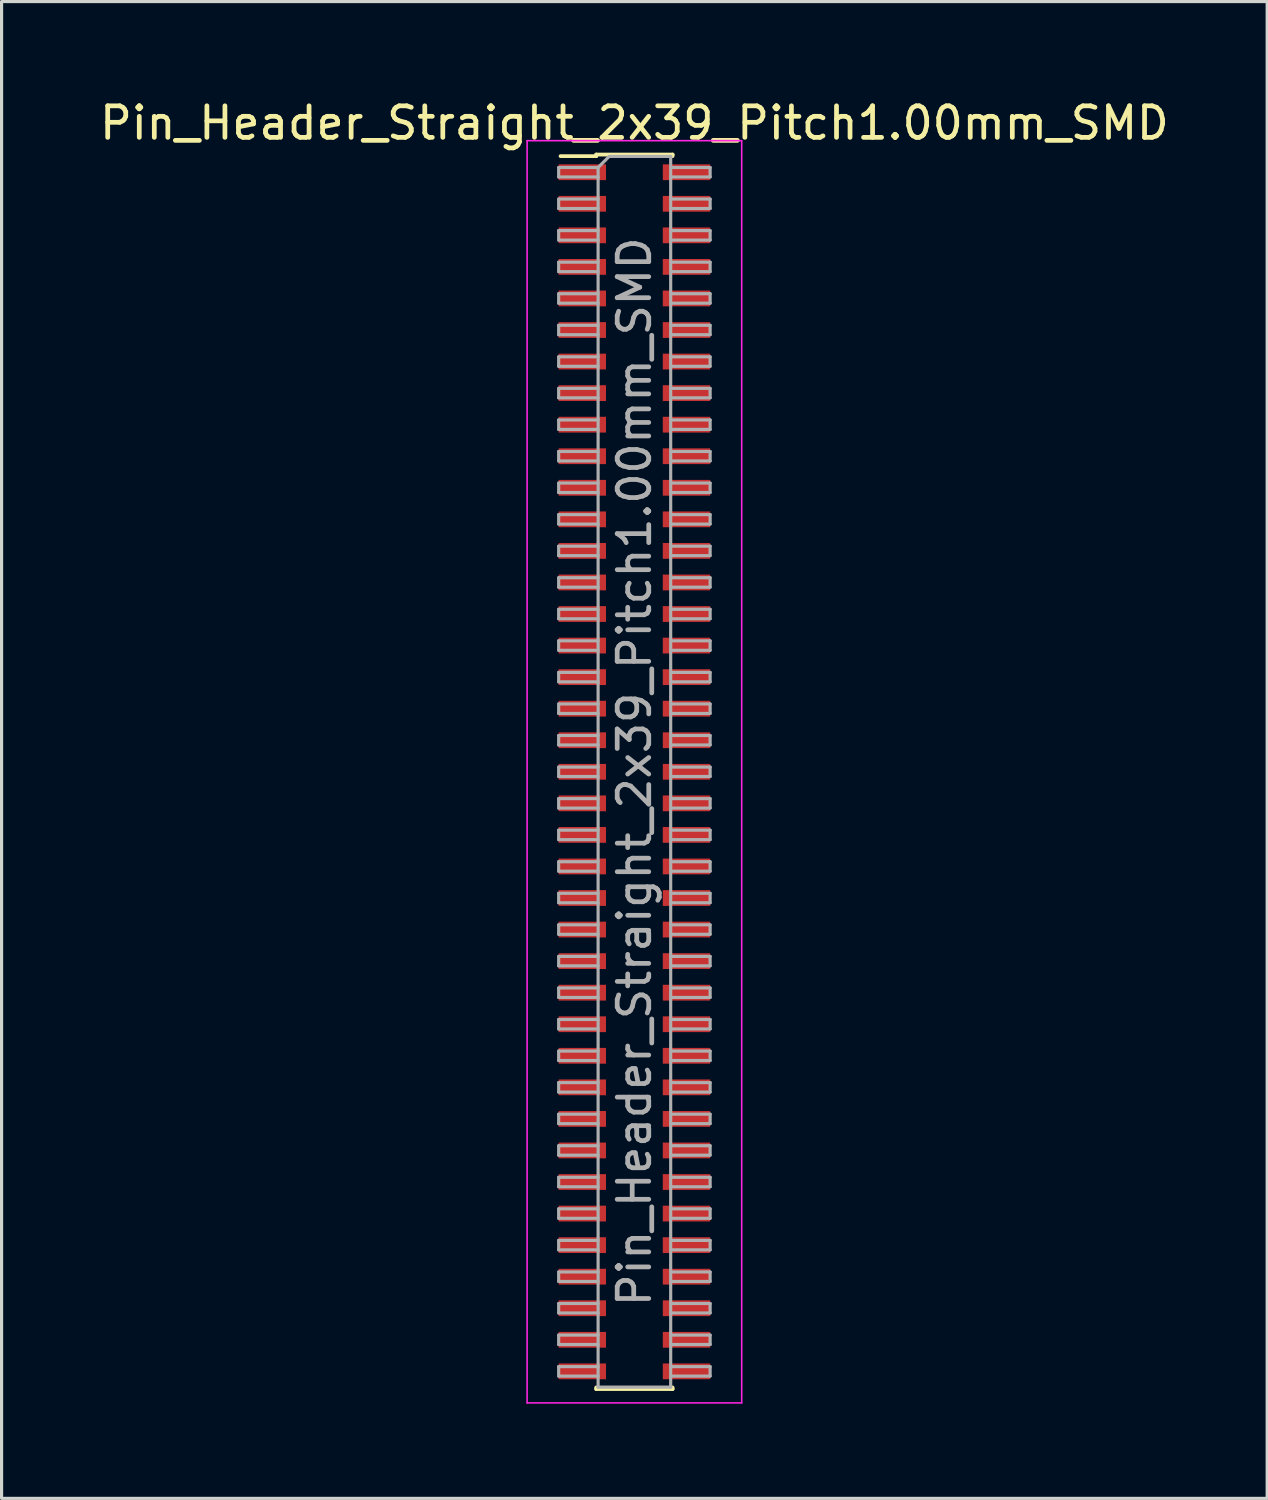
<source format=kicad_pcb>
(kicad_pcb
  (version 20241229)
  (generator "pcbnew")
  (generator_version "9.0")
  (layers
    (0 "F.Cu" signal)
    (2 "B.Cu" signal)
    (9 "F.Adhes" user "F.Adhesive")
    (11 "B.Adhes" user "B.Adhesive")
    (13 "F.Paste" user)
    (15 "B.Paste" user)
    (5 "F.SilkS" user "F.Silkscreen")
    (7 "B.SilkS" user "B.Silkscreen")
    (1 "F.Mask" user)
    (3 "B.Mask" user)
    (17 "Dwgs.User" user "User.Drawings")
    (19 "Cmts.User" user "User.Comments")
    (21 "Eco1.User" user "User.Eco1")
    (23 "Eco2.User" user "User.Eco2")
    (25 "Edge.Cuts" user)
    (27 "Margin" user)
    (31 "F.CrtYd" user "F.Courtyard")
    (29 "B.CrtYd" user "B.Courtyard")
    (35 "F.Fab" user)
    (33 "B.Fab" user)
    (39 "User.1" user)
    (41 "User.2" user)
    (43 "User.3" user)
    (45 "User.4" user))
  (footprint "Pin_Header_Straight_2x39_Pitch1.00mm_SMD"
    (layer "F.Cu")
    (at 17.054 21.408)
    (property "Reference" "Pin_Header_Straight_2x39_Pitch1.00mm_SMD" (at 0 -20.56 0) (layer "F.SilkS") (effects (font (size 1 1) (thickness 0.15))))
    (attr smd)
    (fp_line (start -2.34 -19.51) (end -1.21 -19.51) (stroke (width 0.12) (type solid)) (layer "F.SilkS"))
    (fp_line (start -1.21 -19.56) (end -1.21 -19.51) (stroke (width 0.12) (type solid)) (layer "F.SilkS"))
    (fp_line (start -1.21 -19.56) (end 1.21 -19.56) (stroke (width 0.12) (type solid)) (layer "F.SilkS"))
    (fp_line (start -1.21 19.51) (end -1.21 19.56) (stroke (width 0.12) (type solid)) (layer "F.SilkS"))
    (fp_line (start -1.21 19.56) (end 1.21 19.56) (stroke (width 0.12) (type solid)) (layer "F.SilkS"))
    (fp_line (start 1.21 -19.56) (end 1.21 -19.51) (stroke (width 0.12) (type solid)) (layer "F.SilkS"))
    (fp_line (start 1.21 19.51) (end 1.21 19.56) (stroke (width 0.12) (type solid)) (layer "F.SilkS"))
    (fp_line (start -3.4 -20) (end -3.4 20) (stroke (width 0.05) (type solid)) (layer "F.CrtYd"))
    (fp_line (start -3.4 20) (end 3.4 20) (stroke (width 0.05) (type solid)) (layer "F.CrtYd"))
    (fp_line (start 3.4 -20) (end -3.4 -20) (stroke (width 0.05) (type solid)) (layer "F.CrtYd"))
    (fp_line (start 3.4 20) (end 3.4 -20) (stroke (width 0.05) (type solid)) (layer "F.CrtYd"))
    (fp_line (start -2.4 -19.15) (end -2.4 -18.85) (stroke (width 0.1) (type solid)) (layer "F.Fab"))
    (fp_line (start -2.4 -18.85) (end -1.15 -18.85) (stroke (width 0.1) (type solid)) (layer "F.Fab"))
    (fp_line (start -2.4 -18.15) (end -2.4 -17.85) (stroke (width 0.1) (type solid)) (layer "F.Fab"))
    (fp_line (start -2.4 -17.85) (end -1.15 -17.85) (stroke (width 0.1) (type solid)) (layer "F.Fab"))
    (fp_line (start -2.4 -17.15) (end -2.4 -16.85) (stroke (width 0.1) (type solid)) (layer "F.Fab"))
    (fp_line (start -2.4 -16.85) (end -1.15 -16.85) (stroke (width 0.1) (type solid)) (layer "F.Fab"))
    (fp_line (start -2.4 -16.15) (end -2.4 -15.85) (stroke (width 0.1) (type solid)) (layer "F.Fab"))
    (fp_line (start -2.4 -15.85) (end -1.15 -15.85) (stroke (width 0.1) (type solid)) (layer "F.Fab"))
    (fp_line (start -2.4 -15.15) (end -2.4 -14.85) (stroke (width 0.1) (type solid)) (layer "F.Fab"))
    (fp_line (start -2.4 -14.85) (end -1.15 -14.85) (stroke (width 0.1) (type solid)) (layer "F.Fab"))
    (fp_line (start -2.4 -14.15) (end -2.4 -13.85) (stroke (width 0.1) (type solid)) (layer "F.Fab"))
    (fp_line (start -2.4 -13.85) (end -1.15 -13.85) (stroke (width 0.1) (type solid)) (layer "F.Fab"))
    (fp_line (start -2.4 -13.15) (end -2.4 -12.85) (stroke (width 0.1) (type solid)) (layer "F.Fab"))
    (fp_line (start -2.4 -12.85) (end -1.15 -12.85) (stroke (width 0.1) (type solid)) (layer "F.Fab"))
    (fp_line (start -2.4 -12.15) (end -2.4 -11.85) (stroke (width 0.1) (type solid)) (layer "F.Fab"))
    (fp_line (start -2.4 -11.85) (end -1.15 -11.85) (stroke (width 0.1) (type solid)) (layer "F.Fab"))
    (fp_line (start -2.4 -11.15) (end -2.4 -10.85) (stroke (width 0.1) (type solid)) (layer "F.Fab"))
    (fp_line (start -2.4 -10.85) (end -1.15 -10.85) (stroke (width 0.1) (type solid)) (layer "F.Fab"))
    (fp_line (start -2.4 -10.15) (end -2.4 -9.85) (stroke (width 0.1) (type solid)) (layer "F.Fab"))
    (fp_line (start -2.4 -9.85) (end -1.15 -9.85) (stroke (width 0.1) (type solid)) (layer "F.Fab"))
    (fp_line (start -2.4 -9.15) (end -2.4 -8.85) (stroke (width 0.1) (type solid)) (layer "F.Fab"))
    (fp_line (start -2.4 -8.85) (end -1.15 -8.85) (stroke (width 0.1) (type solid)) (layer "F.Fab"))
    (fp_line (start -2.4 -8.15) (end -2.4 -7.85) (stroke (width 0.1) (type solid)) (layer "F.Fab"))
    (fp_line (start -2.4 -7.85) (end -1.15 -7.85) (stroke (width 0.1) (type solid)) (layer "F.Fab"))
    (fp_line (start -2.4 -7.15) (end -2.4 -6.85) (stroke (width 0.1) (type solid)) (layer "F.Fab"))
    (fp_line (start -2.4 -6.85) (end -1.15 -6.85) (stroke (width 0.1) (type solid)) (layer "F.Fab"))
    (fp_line (start -2.4 -6.15) (end -2.4 -5.85) (stroke (width 0.1) (type solid)) (layer "F.Fab"))
    (fp_line (start -2.4 -5.85) (end -1.15 -5.85) (stroke (width 0.1) (type solid)) (layer "F.Fab"))
    (fp_line (start -2.4 -5.15) (end -2.4 -4.85) (stroke (width 0.1) (type solid)) (layer "F.Fab"))
    (fp_line (start -2.4 -4.85) (end -1.15 -4.85) (stroke (width 0.1) (type solid)) (layer "F.Fab"))
    (fp_line (start -2.4 -4.15) (end -2.4 -3.85) (stroke (width 0.1) (type solid)) (layer "F.Fab"))
    (fp_line (start -2.4 -3.85) (end -1.15 -3.85) (stroke (width 0.1) (type solid)) (layer "F.Fab"))
    (fp_line (start -2.4 -3.15) (end -2.4 -2.85) (stroke (width 0.1) (type solid)) (layer "F.Fab"))
    (fp_line (start -2.4 -2.85) (end -1.15 -2.85) (stroke (width 0.1) (type solid)) (layer "F.Fab"))
    (fp_line (start -2.4 -2.15) (end -2.4 -1.85) (stroke (width 0.1) (type solid)) (layer "F.Fab"))
    (fp_line (start -2.4 -1.85) (end -1.15 -1.85) (stroke (width 0.1) (type solid)) (layer "F.Fab"))
    (fp_line (start -2.4 -1.15) (end -2.4 -0.85) (stroke (width 0.1) (type solid)) (layer "F.Fab"))
    (fp_line (start -2.4 -0.85) (end -1.15 -0.85) (stroke (width 0.1) (type solid)) (layer "F.Fab"))
    (fp_line (start -2.4 -0.15) (end -2.4 0.15) (stroke (width 0.1) (type solid)) (layer "F.Fab"))
    (fp_line (start -2.4 0.15) (end -1.15 0.15) (stroke (width 0.1) (type solid)) (layer "F.Fab"))
    (fp_line (start -2.4 0.85) (end -2.4 1.15) (stroke (width 0.1) (type solid)) (layer "F.Fab"))
    (fp_line (start -2.4 1.15) (end -1.15 1.15) (stroke (width 0.1) (type solid)) (layer "F.Fab"))
    (fp_line (start -2.4 1.85) (end -2.4 2.15) (stroke (width 0.1) (type solid)) (layer "F.Fab"))
    (fp_line (start -2.4 2.15) (end -1.15 2.15) (stroke (width 0.1) (type solid)) (layer "F.Fab"))
    (fp_line (start -2.4 2.85) (end -2.4 3.15) (stroke (width 0.1) (type solid)) (layer "F.Fab"))
    (fp_line (start -2.4 3.15) (end -1.15 3.15) (stroke (width 0.1) (type solid)) (layer "F.Fab"))
    (fp_line (start -2.4 3.85) (end -2.4 4.15) (stroke (width 0.1) (type solid)) (layer "F.Fab"))
    (fp_line (start -2.4 4.15) (end -1.15 4.15) (stroke (width 0.1) (type solid)) (layer "F.Fab"))
    (fp_line (start -2.4 4.85) (end -2.4 5.15) (stroke (width 0.1) (type solid)) (layer "F.Fab"))
    (fp_line (start -2.4 5.15) (end -1.15 5.15) (stroke (width 0.1) (type solid)) (layer "F.Fab"))
    (fp_line (start -2.4 5.85) (end -2.4 6.15) (stroke (width 0.1) (type solid)) (layer "F.Fab"))
    (fp_line (start -2.4 6.15) (end -1.15 6.15) (stroke (width 0.1) (type solid)) (layer "F.Fab"))
    (fp_line (start -2.4 6.85) (end -2.4 7.15) (stroke (width 0.1) (type solid)) (layer "F.Fab"))
    (fp_line (start -2.4 7.15) (end -1.15 7.15) (stroke (width 0.1) (type solid)) (layer "F.Fab"))
    (fp_line (start -2.4 7.85) (end -2.4 8.15) (stroke (width 0.1) (type solid)) (layer "F.Fab"))
    (fp_line (start -2.4 8.15) (end -1.15 8.15) (stroke (width 0.1) (type solid)) (layer "F.Fab"))
    (fp_line (start -2.4 8.85) (end -2.4 9.15) (stroke (width 0.1) (type solid)) (layer "F.Fab"))
    (fp_line (start -2.4 9.15) (end -1.15 9.15) (stroke (width 0.1) (type solid)) (layer "F.Fab"))
    (fp_line (start -2.4 9.85) (end -2.4 10.15) (stroke (width 0.1) (type solid)) (layer "F.Fab"))
    (fp_line (start -2.4 10.15) (end -1.15 10.15) (stroke (width 0.1) (type solid)) (layer "F.Fab"))
    (fp_line (start -2.4 10.85) (end -2.4 11.15) (stroke (width 0.1) (type solid)) (layer "F.Fab"))
    (fp_line (start -2.4 11.15) (end -1.15 11.15) (stroke (width 0.1) (type solid)) (layer "F.Fab"))
    (fp_line (start -2.4 11.85) (end -2.4 12.15) (stroke (width 0.1) (type solid)) (layer "F.Fab"))
    (fp_line (start -2.4 12.15) (end -1.15 12.15) (stroke (width 0.1) (type solid)) (layer "F.Fab"))
    (fp_line (start -2.4 12.85) (end -2.4 13.15) (stroke (width 0.1) (type solid)) (layer "F.Fab"))
    (fp_line (start -2.4 13.15) (end -1.15 13.15) (stroke (width 0.1) (type solid)) (layer "F.Fab"))
    (fp_line (start -2.4 13.85) (end -2.4 14.15) (stroke (width 0.1) (type solid)) (layer "F.Fab"))
    (fp_line (start -2.4 14.15) (end -1.15 14.15) (stroke (width 0.1) (type solid)) (layer "F.Fab"))
    (fp_line (start -2.4 14.85) (end -2.4 15.15) (stroke (width 0.1) (type solid)) (layer "F.Fab"))
    (fp_line (start -2.4 15.15) (end -1.15 15.15) (stroke (width 0.1) (type solid)) (layer "F.Fab"))
    (fp_line (start -2.4 15.85) (end -2.4 16.15) (stroke (width 0.1) (type solid)) (layer "F.Fab"))
    (fp_line (start -2.4 16.15) (end -1.15 16.15) (stroke (width 0.1) (type solid)) (layer "F.Fab"))
    (fp_line (start -2.4 16.85) (end -2.4 17.15) (stroke (width 0.1) (type solid)) (layer "F.Fab"))
    (fp_line (start -2.4 17.15) (end -1.15 17.15) (stroke (width 0.1) (type solid)) (layer "F.Fab"))
    (fp_line (start -2.4 17.85) (end -2.4 18.15) (stroke (width 0.1) (type solid)) (layer "F.Fab"))
    (fp_line (start -2.4 18.15) (end -1.15 18.15) (stroke (width 0.1) (type solid)) (layer "F.Fab"))
    (fp_line (start -2.4 18.85) (end -2.4 19.15) (stroke (width 0.1) (type solid)) (layer "F.Fab"))
    (fp_line (start -2.4 19.15) (end -1.15 19.15) (stroke (width 0.1) (type solid)) (layer "F.Fab"))
    (fp_line (start -1.15 -19.15) (end -2.4 -19.15) (stroke (width 0.1) (type solid)) (layer "F.Fab"))
    (fp_line (start -1.15 -19.15) (end -0.8 -19.5) (stroke (width 0.1) (type solid)) (layer "F.Fab"))
    (fp_line (start -1.15 -18.15) (end -2.4 -18.15) (stroke (width 0.1) (type solid)) (layer "F.Fab"))
    (fp_line (start -1.15 -17.15) (end -2.4 -17.15) (stroke (width 0.1) (type solid)) (layer "F.Fab"))
    (fp_line (start -1.15 -16.15) (end -2.4 -16.15) (stroke (width 0.1) (type solid)) (layer "F.Fab"))
    (fp_line (start -1.15 -15.15) (end -2.4 -15.15) (stroke (width 0.1) (type solid)) (layer "F.Fab"))
    (fp_line (start -1.15 -14.15) (end -2.4 -14.15) (stroke (width 0.1) (type solid)) (layer "F.Fab"))
    (fp_line (start -1.15 -13.15) (end -2.4 -13.15) (stroke (width 0.1) (type solid)) (layer "F.Fab"))
    (fp_line (start -1.15 -12.15) (end -2.4 -12.15) (stroke (width 0.1) (type solid)) (layer "F.Fab"))
    (fp_line (start -1.15 -11.15) (end -2.4 -11.15) (stroke (width 0.1) (type solid)) (layer "F.Fab"))
    (fp_line (start -1.15 -10.15) (end -2.4 -10.15) (stroke (width 0.1) (type solid)) (layer "F.Fab"))
    (fp_line (start -1.15 -9.15) (end -2.4 -9.15) (stroke (width 0.1) (type solid)) (layer "F.Fab"))
    (fp_line (start -1.15 -8.15) (end -2.4 -8.15) (stroke (width 0.1) (type solid)) (layer "F.Fab"))
    (fp_line (start -1.15 -7.15) (end -2.4 -7.15) (stroke (width 0.1) (type solid)) (layer "F.Fab"))
    (fp_line (start -1.15 -6.15) (end -2.4 -6.15) (stroke (width 0.1) (type solid)) (layer "F.Fab"))
    (fp_line (start -1.15 -5.15) (end -2.4 -5.15) (stroke (width 0.1) (type solid)) (layer "F.Fab"))
    (fp_line (start -1.15 -4.15) (end -2.4 -4.15) (stroke (width 0.1) (type solid)) (layer "F.Fab"))
    (fp_line (start -1.15 -3.15) (end -2.4 -3.15) (stroke (width 0.1) (type solid)) (layer "F.Fab"))
    (fp_line (start -1.15 -2.15) (end -2.4 -2.15) (stroke (width 0.1) (type solid)) (layer "F.Fab"))
    (fp_line (start -1.15 -1.15) (end -2.4 -1.15) (stroke (width 0.1) (type solid)) (layer "F.Fab"))
    (fp_line (start -1.15 -0.15) (end -2.4 -0.15) (stroke (width 0.1) (type solid)) (layer "F.Fab"))
    (fp_line (start -1.15 0.85) (end -2.4 0.85) (stroke (width 0.1) (type solid)) (layer "F.Fab"))
    (fp_line (start -1.15 1.85) (end -2.4 1.85) (stroke (width 0.1) (type solid)) (layer "F.Fab"))
    (fp_line (start -1.15 2.85) (end -2.4 2.85) (stroke (width 0.1) (type solid)) (layer "F.Fab"))
    (fp_line (start -1.15 3.85) (end -2.4 3.85) (stroke (width 0.1) (type solid)) (layer "F.Fab"))
    (fp_line (start -1.15 4.85) (end -2.4 4.85) (stroke (width 0.1) (type solid)) (layer "F.Fab"))
    (fp_line (start -1.15 5.85) (end -2.4 5.85) (stroke (width 0.1) (type solid)) (layer "F.Fab"))
    (fp_line (start -1.15 6.85) (end -2.4 6.85) (stroke (width 0.1) (type solid)) (layer "F.Fab"))
    (fp_line (start -1.15 7.85) (end -2.4 7.85) (stroke (width 0.1) (type solid)) (layer "F.Fab"))
    (fp_line (start -1.15 8.85) (end -2.4 8.85) (stroke (width 0.1) (type solid)) (layer "F.Fab"))
    (fp_line (start -1.15 9.85) (end -2.4 9.85) (stroke (width 0.1) (type solid)) (layer "F.Fab"))
    (fp_line (start -1.15 10.85) (end -2.4 10.85) (stroke (width 0.1) (type solid)) (layer "F.Fab"))
    (fp_line (start -1.15 11.85) (end -2.4 11.85) (stroke (width 0.1) (type solid)) (layer "F.Fab"))
    (fp_line (start -1.15 12.85) (end -2.4 12.85) (stroke (width 0.1) (type solid)) (layer "F.Fab"))
    (fp_line (start -1.15 13.85) (end -2.4 13.85) (stroke (width 0.1) (type solid)) (layer "F.Fab"))
    (fp_line (start -1.15 14.85) (end -2.4 14.85) (stroke (width 0.1) (type solid)) (layer "F.Fab"))
    (fp_line (start -1.15 15.85) (end -2.4 15.85) (stroke (width 0.1) (type solid)) (layer "F.Fab"))
    (fp_line (start -1.15 16.85) (end -2.4 16.85) (stroke (width 0.1) (type solid)) (layer "F.Fab"))
    (fp_line (start -1.15 17.85) (end -2.4 17.85) (stroke (width 0.1) (type solid)) (layer "F.Fab"))
    (fp_line (start -1.15 18.85) (end -2.4 18.85) (stroke (width 0.1) (type solid)) (layer "F.Fab"))
    (fp_line (start -1.15 19.5) (end -1.15 -19.15) (stroke (width 0.1) (type solid)) (layer "F.Fab"))
    (fp_line (start -0.8 -19.5) (end 1.15 -19.5) (stroke (width 0.1) (type solid)) (layer "F.Fab"))
    (fp_line (start 1.15 -19.5) (end 1.15 19.5) (stroke (width 0.1) (type solid)) (layer "F.Fab"))
    (fp_line (start 1.15 -19.15) (end 2.4 -19.15) (stroke (width 0.1) (type solid)) (layer "F.Fab"))
    (fp_line (start 1.15 -18.15) (end 2.4 -18.15) (stroke (width 0.1) (type solid)) (layer "F.Fab"))
    (fp_line (start 1.15 -17.15) (end 2.4 -17.15) (stroke (width 0.1) (type solid)) (layer "F.Fab"))
    (fp_line (start 1.15 -16.15) (end 2.4 -16.15) (stroke (width 0.1) (type solid)) (layer "F.Fab"))
    (fp_line (start 1.15 -15.15) (end 2.4 -15.15) (stroke (width 0.1) (type solid)) (layer "F.Fab"))
    (fp_line (start 1.15 -14.15) (end 2.4 -14.15) (stroke (width 0.1) (type solid)) (layer "F.Fab"))
    (fp_line (start 1.15 -13.15) (end 2.4 -13.15) (stroke (width 0.1) (type solid)) (layer "F.Fab"))
    (fp_line (start 1.15 -12.15) (end 2.4 -12.15) (stroke (width 0.1) (type solid)) (layer "F.Fab"))
    (fp_line (start 1.15 -11.15) (end 2.4 -11.15) (stroke (width 0.1) (type solid)) (layer "F.Fab"))
    (fp_line (start 1.15 -10.15) (end 2.4 -10.15) (stroke (width 0.1) (type solid)) (layer "F.Fab"))
    (fp_line (start 1.15 -9.15) (end 2.4 -9.15) (stroke (width 0.1) (type solid)) (layer "F.Fab"))
    (fp_line (start 1.15 -8.15) (end 2.4 -8.15) (stroke (width 0.1) (type solid)) (layer "F.Fab"))
    (fp_line (start 1.15 -7.15) (end 2.4 -7.15) (stroke (width 0.1) (type solid)) (layer "F.Fab"))
    (fp_line (start 1.15 -6.15) (end 2.4 -6.15) (stroke (width 0.1) (type solid)) (layer "F.Fab"))
    (fp_line (start 1.15 -5.15) (end 2.4 -5.15) (stroke (width 0.1) (type solid)) (layer "F.Fab"))
    (fp_line (start 1.15 -4.15) (end 2.4 -4.15) (stroke (width 0.1) (type solid)) (layer "F.Fab"))
    (fp_line (start 1.15 -3.15) (end 2.4 -3.15) (stroke (width 0.1) (type solid)) (layer "F.Fab"))
    (fp_line (start 1.15 -2.15) (end 2.4 -2.15) (stroke (width 0.1) (type solid)) (layer "F.Fab"))
    (fp_line (start 1.15 -1.15) (end 2.4 -1.15) (stroke (width 0.1) (type solid)) (layer "F.Fab"))
    (fp_line (start 1.15 -0.15) (end 2.4 -0.15) (stroke (width 0.1) (type solid)) (layer "F.Fab"))
    (fp_line (start 1.15 0.85) (end 2.4 0.85) (stroke (width 0.1) (type solid)) (layer "F.Fab"))
    (fp_line (start 1.15 1.85) (end 2.4 1.85) (stroke (width 0.1) (type solid)) (layer "F.Fab"))
    (fp_line (start 1.15 2.85) (end 2.4 2.85) (stroke (width 0.1) (type solid)) (layer "F.Fab"))
    (fp_line (start 1.15 3.85) (end 2.4 3.85) (stroke (width 0.1) (type solid)) (layer "F.Fab"))
    (fp_line (start 1.15 4.85) (end 2.4 4.85) (stroke (width 0.1) (type solid)) (layer "F.Fab"))
    (fp_line (start 1.15 5.85) (end 2.4 5.85) (stroke (width 0.1) (type solid)) (layer "F.Fab"))
    (fp_line (start 1.15 6.85) (end 2.4 6.85) (stroke (width 0.1) (type solid)) (layer "F.Fab"))
    (fp_line (start 1.15 7.85) (end 2.4 7.85) (stroke (width 0.1) (type solid)) (layer "F.Fab"))
    (fp_line (start 1.15 8.85) (end 2.4 8.85) (stroke (width 0.1) (type solid)) (layer "F.Fab"))
    (fp_line (start 1.15 9.85) (end 2.4 9.85) (stroke (width 0.1) (type solid)) (layer "F.Fab"))
    (fp_line (start 1.15 10.85) (end 2.4 10.85) (stroke (width 0.1) (type solid)) (layer "F.Fab"))
    (fp_line (start 1.15 11.85) (end 2.4 11.85) (stroke (width 0.1) (type solid)) (layer "F.Fab"))
    (fp_line (start 1.15 12.85) (end 2.4 12.85) (stroke (width 0.1) (type solid)) (layer "F.Fab"))
    (fp_line (start 1.15 13.85) (end 2.4 13.85) (stroke (width 0.1) (type solid)) (layer "F.Fab"))
    (fp_line (start 1.15 14.85) (end 2.4 14.85) (stroke (width 0.1) (type solid)) (layer "F.Fab"))
    (fp_line (start 1.15 15.85) (end 2.4 15.85) (stroke (width 0.1) (type solid)) (layer "F.Fab"))
    (fp_line (start 1.15 16.85) (end 2.4 16.85) (stroke (width 0.1) (type solid)) (layer "F.Fab"))
    (fp_line (start 1.15 17.85) (end 2.4 17.85) (stroke (width 0.1) (type solid)) (layer "F.Fab"))
    (fp_line (start 1.15 18.85) (end 2.4 18.85) (stroke (width 0.1) (type solid)) (layer "F.Fab"))
    (fp_line (start 1.15 19.5) (end -1.15 19.5) (stroke (width 0.1) (type solid)) (layer "F.Fab"))
    (fp_line (start 2.4 -19.15) (end 2.4 -18.85) (stroke (width 0.1) (type solid)) (layer "F.Fab"))
    (fp_line (start 2.4 -18.85) (end 1.15 -18.85) (stroke (width 0.1) (type solid)) (layer "F.Fab"))
    (fp_line (start 2.4 -18.15) (end 2.4 -17.85) (stroke (width 0.1) (type solid)) (layer "F.Fab"))
    (fp_line (start 2.4 -17.85) (end 1.15 -17.85) (stroke (width 0.1) (type solid)) (layer "F.Fab"))
    (fp_line (start 2.4 -17.15) (end 2.4 -16.85) (stroke (width 0.1) (type solid)) (layer "F.Fab"))
    (fp_line (start 2.4 -16.85) (end 1.15 -16.85) (stroke (width 0.1) (type solid)) (layer "F.Fab"))
    (fp_line (start 2.4 -16.15) (end 2.4 -15.85) (stroke (width 0.1) (type solid)) (layer "F.Fab"))
    (fp_line (start 2.4 -15.85) (end 1.15 -15.85) (stroke (width 0.1) (type solid)) (layer "F.Fab"))
    (fp_line (start 2.4 -15.15) (end 2.4 -14.85) (stroke (width 0.1) (type solid)) (layer "F.Fab"))
    (fp_line (start 2.4 -14.85) (end 1.15 -14.85) (stroke (width 0.1) (type solid)) (layer "F.Fab"))
    (fp_line (start 2.4 -14.15) (end 2.4 -13.85) (stroke (width 0.1) (type solid)) (layer "F.Fab"))
    (fp_line (start 2.4 -13.85) (end 1.15 -13.85) (stroke (width 0.1) (type solid)) (layer "F.Fab"))
    (fp_line (start 2.4 -13.15) (end 2.4 -12.85) (stroke (width 0.1) (type solid)) (layer "F.Fab"))
    (fp_line (start 2.4 -12.85) (end 1.15 -12.85) (stroke (width 0.1) (type solid)) (layer "F.Fab"))
    (fp_line (start 2.4 -12.15) (end 2.4 -11.85) (stroke (width 0.1) (type solid)) (layer "F.Fab"))
    (fp_line (start 2.4 -11.85) (end 1.15 -11.85) (stroke (width 0.1) (type solid)) (layer "F.Fab"))
    (fp_line (start 2.4 -11.15) (end 2.4 -10.85) (stroke (width 0.1) (type solid)) (layer "F.Fab"))
    (fp_line (start 2.4 -10.85) (end 1.15 -10.85) (stroke (width 0.1) (type solid)) (layer "F.Fab"))
    (fp_line (start 2.4 -10.15) (end 2.4 -9.85) (stroke (width 0.1) (type solid)) (layer "F.Fab"))
    (fp_line (start 2.4 -9.85) (end 1.15 -9.85) (stroke (width 0.1) (type solid)) (layer "F.Fab"))
    (fp_line (start 2.4 -9.15) (end 2.4 -8.85) (stroke (width 0.1) (type solid)) (layer "F.Fab"))
    (fp_line (start 2.4 -8.85) (end 1.15 -8.85) (stroke (width 0.1) (type solid)) (layer "F.Fab"))
    (fp_line (start 2.4 -8.15) (end 2.4 -7.85) (stroke (width 0.1) (type solid)) (layer "F.Fab"))
    (fp_line (start 2.4 -7.85) (end 1.15 -7.85) (stroke (width 0.1) (type solid)) (layer "F.Fab"))
    (fp_line (start 2.4 -7.15) (end 2.4 -6.85) (stroke (width 0.1) (type solid)) (layer "F.Fab"))
    (fp_line (start 2.4 -6.85) (end 1.15 -6.85) (stroke (width 0.1) (type solid)) (layer "F.Fab"))
    (fp_line (start 2.4 -6.15) (end 2.4 -5.85) (stroke (width 0.1) (type solid)) (layer "F.Fab"))
    (fp_line (start 2.4 -5.85) (end 1.15 -5.85) (stroke (width 0.1) (type solid)) (layer "F.Fab"))
    (fp_line (start 2.4 -5.15) (end 2.4 -4.85) (stroke (width 0.1) (type solid)) (layer "F.Fab"))
    (fp_line (start 2.4 -4.85) (end 1.15 -4.85) (stroke (width 0.1) (type solid)) (layer "F.Fab"))
    (fp_line (start 2.4 -4.15) (end 2.4 -3.85) (stroke (width 0.1) (type solid)) (layer "F.Fab"))
    (fp_line (start 2.4 -3.85) (end 1.15 -3.85) (stroke (width 0.1) (type solid)) (layer "F.Fab"))
    (fp_line (start 2.4 -3.15) (end 2.4 -2.85) (stroke (width 0.1) (type solid)) (layer "F.Fab"))
    (fp_line (start 2.4 -2.85) (end 1.15 -2.85) (stroke (width 0.1) (type solid)) (layer "F.Fab"))
    (fp_line (start 2.4 -2.15) (end 2.4 -1.85) (stroke (width 0.1) (type solid)) (layer "F.Fab"))
    (fp_line (start 2.4 -1.85) (end 1.15 -1.85) (stroke (width 0.1) (type solid)) (layer "F.Fab"))
    (fp_line (start 2.4 -1.15) (end 2.4 -0.85) (stroke (width 0.1) (type solid)) (layer "F.Fab"))
    (fp_line (start 2.4 -0.85) (end 1.15 -0.85) (stroke (width 0.1) (type solid)) (layer "F.Fab"))
    (fp_line (start 2.4 -0.15) (end 2.4 0.15) (stroke (width 0.1) (type solid)) (layer "F.Fab"))
    (fp_line (start 2.4 0.15) (end 1.15 0.15) (stroke (width 0.1) (type solid)) (layer "F.Fab"))
    (fp_line (start 2.4 0.85) (end 2.4 1.15) (stroke (width 0.1) (type solid)) (layer "F.Fab"))
    (fp_line (start 2.4 1.15) (end 1.15 1.15) (stroke (width 0.1) (type solid)) (layer "F.Fab"))
    (fp_line (start 2.4 1.85) (end 2.4 2.15) (stroke (width 0.1) (type solid)) (layer "F.Fab"))
    (fp_line (start 2.4 2.15) (end 1.15 2.15) (stroke (width 0.1) (type solid)) (layer "F.Fab"))
    (fp_line (start 2.4 2.85) (end 2.4 3.15) (stroke (width 0.1) (type solid)) (layer "F.Fab"))
    (fp_line (start 2.4 3.15) (end 1.15 3.15) (stroke (width 0.1) (type solid)) (layer "F.Fab"))
    (fp_line (start 2.4 3.85) (end 2.4 4.15) (stroke (width 0.1) (type solid)) (layer "F.Fab"))
    (fp_line (start 2.4 4.15) (end 1.15 4.15) (stroke (width 0.1) (type solid)) (layer "F.Fab"))
    (fp_line (start 2.4 4.85) (end 2.4 5.15) (stroke (width 0.1) (type solid)) (layer "F.Fab"))
    (fp_line (start 2.4 5.15) (end 1.15 5.15) (stroke (width 0.1) (type solid)) (layer "F.Fab"))
    (fp_line (start 2.4 5.85) (end 2.4 6.15) (stroke (width 0.1) (type solid)) (layer "F.Fab"))
    (fp_line (start 2.4 6.15) (end 1.15 6.15) (stroke (width 0.1) (type solid)) (layer "F.Fab"))
    (fp_line (start 2.4 6.85) (end 2.4 7.15) (stroke (width 0.1) (type solid)) (layer "F.Fab"))
    (fp_line (start 2.4 7.15) (end 1.15 7.15) (stroke (width 0.1) (type solid)) (layer "F.Fab"))
    (fp_line (start 2.4 7.85) (end 2.4 8.15) (stroke (width 0.1) (type solid)) (layer "F.Fab"))
    (fp_line (start 2.4 8.15) (end 1.15 8.15) (stroke (width 0.1) (type solid)) (layer "F.Fab"))
    (fp_line (start 2.4 8.85) (end 2.4 9.15) (stroke (width 0.1) (type solid)) (layer "F.Fab"))
    (fp_line (start 2.4 9.15) (end 1.15 9.15) (stroke (width 0.1) (type solid)) (layer "F.Fab"))
    (fp_line (start 2.4 9.85) (end 2.4 10.15) (stroke (width 0.1) (type solid)) (layer "F.Fab"))
    (fp_line (start 2.4 10.15) (end 1.15 10.15) (stroke (width 0.1) (type solid)) (layer "F.Fab"))
    (fp_line (start 2.4 10.85) (end 2.4 11.15) (stroke (width 0.1) (type solid)) (layer "F.Fab"))
    (fp_line (start 2.4 11.15) (end 1.15 11.15) (stroke (width 0.1) (type solid)) (layer "F.Fab"))
    (fp_line (start 2.4 11.85) (end 2.4 12.15) (stroke (width 0.1) (type solid)) (layer "F.Fab"))
    (fp_line (start 2.4 12.15) (end 1.15 12.15) (stroke (width 0.1) (type solid)) (layer "F.Fab"))
    (fp_line (start 2.4 12.85) (end 2.4 13.15) (stroke (width 0.1) (type solid)) (layer "F.Fab"))
    (fp_line (start 2.4 13.15) (end 1.15 13.15) (stroke (width 0.1) (type solid)) (layer "F.Fab"))
    (fp_line (start 2.4 13.85) (end 2.4 14.15) (stroke (width 0.1) (type solid)) (layer "F.Fab"))
    (fp_line (start 2.4 14.15) (end 1.15 14.15) (stroke (width 0.1) (type solid)) (layer "F.Fab"))
    (fp_line (start 2.4 14.85) (end 2.4 15.15) (stroke (width 0.1) (type solid)) (layer "F.Fab"))
    (fp_line (start 2.4 15.15) (end 1.15 15.15) (stroke (width 0.1) (type solid)) (layer "F.Fab"))
    (fp_line (start 2.4 15.85) (end 2.4 16.15) (stroke (width 0.1) (type solid)) (layer "F.Fab"))
    (fp_line (start 2.4 16.15) (end 1.15 16.15) (stroke (width 0.1) (type solid)) (layer "F.Fab"))
    (fp_line (start 2.4 16.85) (end 2.4 17.15) (stroke (width 0.1) (type solid)) (layer "F.Fab"))
    (fp_line (start 2.4 17.15) (end 1.15 17.15) (stroke (width 0.1) (type solid)) (layer "F.Fab"))
    (fp_line (start 2.4 17.85) (end 2.4 18.15) (stroke (width 0.1) (type solid)) (layer "F.Fab"))
    (fp_line (start 2.4 18.15) (end 1.15 18.15) (stroke (width 0.1) (type solid)) (layer "F.Fab"))
    (fp_line (start 2.4 18.85) (end 2.4 19.15) (stroke (width 0.1) (type solid)) (layer "F.Fab"))
    (fp_line (start 2.4 19.15) (end 1.15 19.15) (stroke (width 0.1) (type solid)) (layer "F.Fab"))
    (fp_text user "${REFERENCE}" (at 0 0 90) (layer "F.Fab") (effects (font (size 1 1) (thickness 0.15))))
    (pad "1" smd rect (at -1.65 -19) (size 1.5 0.5) (layers "F.Cu" "F.Mask" "F.Paste"))
    (pad "2" smd rect (at 1.65 -19) (size 1.5 0.5) (layers "F.Cu" "F.Mask" "F.Paste"))
    (pad "3" smd rect (at -1.65 -18) (size 1.5 0.5) (layers "F.Cu" "F.Mask" "F.Paste"))
    (pad "4" smd rect (at 1.65 -18) (size 1.5 0.5) (layers "F.Cu" "F.Mask" "F.Paste"))
    (pad "5" smd rect (at -1.65 -17) (size 1.5 0.5) (layers "F.Cu" "F.Mask" "F.Paste"))
    (pad "6" smd rect (at 1.65 -17) (size 1.5 0.5) (layers "F.Cu" "F.Mask" "F.Paste"))
    (pad "7" smd rect (at -1.65 -16) (size 1.5 0.5) (layers "F.Cu" "F.Mask" "F.Paste"))
    (pad "8" smd rect (at 1.65 -16) (size 1.5 0.5) (layers "F.Cu" "F.Mask" "F.Paste"))
    (pad "9" smd rect (at -1.65 -15) (size 1.5 0.5) (layers "F.Cu" "F.Mask" "F.Paste"))
    (pad "10" smd rect (at 1.65 -15) (size 1.5 0.5) (layers "F.Cu" "F.Mask" "F.Paste"))
    (pad "11" smd rect (at -1.65 -14) (size 1.5 0.5) (layers "F.Cu" "F.Mask" "F.Paste"))
    (pad "12" smd rect (at 1.65 -14) (size 1.5 0.5) (layers "F.Cu" "F.Mask" "F.Paste"))
    (pad "13" smd rect (at -1.65 -13) (size 1.5 0.5) (layers "F.Cu" "F.Mask" "F.Paste"))
    (pad "14" smd rect (at 1.65 -13) (size 1.5 0.5) (layers "F.Cu" "F.Mask" "F.Paste"))
    (pad "15" smd rect (at -1.65 -12) (size 1.5 0.5) (layers "F.Cu" "F.Mask" "F.Paste"))
    (pad "16" smd rect (at 1.65 -12) (size 1.5 0.5) (layers "F.Cu" "F.Mask" "F.Paste"))
    (pad "17" smd rect (at -1.65 -11) (size 1.5 0.5) (layers "F.Cu" "F.Mask" "F.Paste"))
    (pad "18" smd rect (at 1.65 -11) (size 1.5 0.5) (layers "F.Cu" "F.Mask" "F.Paste"))
    (pad "19" smd rect (at -1.65 -10) (size 1.5 0.5) (layers "F.Cu" "F.Mask" "F.Paste"))
    (pad "20" smd rect (at 1.65 -10) (size 1.5 0.5) (layers "F.Cu" "F.Mask" "F.Paste"))
    (pad "21" smd rect (at -1.65 -9) (size 1.5 0.5) (layers "F.Cu" "F.Mask" "F.Paste"))
    (pad "22" smd rect (at 1.65 -9) (size 1.5 0.5) (layers "F.Cu" "F.Mask" "F.Paste"))
    (pad "23" smd rect (at -1.65 -8) (size 1.5 0.5) (layers "F.Cu" "F.Mask" "F.Paste"))
    (pad "24" smd rect (at 1.65 -8) (size 1.5 0.5) (layers "F.Cu" "F.Mask" "F.Paste"))
    (pad "25" smd rect (at -1.65 -7) (size 1.5 0.5) (layers "F.Cu" "F.Mask" "F.Paste"))
    (pad "26" smd rect (at 1.65 -7) (size 1.5 0.5) (layers "F.Cu" "F.Mask" "F.Paste"))
    (pad "27" smd rect (at -1.65 -6) (size 1.5 0.5) (layers "F.Cu" "F.Mask" "F.Paste"))
    (pad "28" smd rect (at 1.65 -6) (size 1.5 0.5) (layers "F.Cu" "F.Mask" "F.Paste"))
    (pad "29" smd rect (at -1.65 -5) (size 1.5 0.5) (layers "F.Cu" "F.Mask" "F.Paste"))
    (pad "30" smd rect (at 1.65 -5) (size 1.5 0.5) (layers "F.Cu" "F.Mask" "F.Paste"))
    (pad "31" smd rect (at -1.65 -4) (size 1.5 0.5) (layers "F.Cu" "F.Mask" "F.Paste"))
    (pad "32" smd rect (at 1.65 -4) (size 1.5 0.5) (layers "F.Cu" "F.Mask" "F.Paste"))
    (pad "33" smd rect (at -1.65 -3) (size 1.5 0.5) (layers "F.Cu" "F.Mask" "F.Paste"))
    (pad "34" smd rect (at 1.65 -3) (size 1.5 0.5) (layers "F.Cu" "F.Mask" "F.Paste"))
    (pad "35" smd rect (at -1.65 -2) (size 1.5 0.5) (layers "F.Cu" "F.Mask" "F.Paste"))
    (pad "36" smd rect (at 1.65 -2) (size 1.5 0.5) (layers "F.Cu" "F.Mask" "F.Paste"))
    (pad "37" smd rect (at -1.65 -1) (size 1.5 0.5) (layers "F.Cu" "F.Mask" "F.Paste"))
    (pad "38" smd rect (at 1.65 -1) (size 1.5 0.5) (layers "F.Cu" "F.Mask" "F.Paste"))
    (pad "39" smd rect (at -1.65 0) (size 1.5 0.5) (layers "F.Cu" "F.Mask" "F.Paste"))
    (pad "40" smd rect (at 1.65 0) (size 1.5 0.5) (layers "F.Cu" "F.Mask" "F.Paste"))
    (pad "41" smd rect (at -1.65 1) (size 1.5 0.5) (layers "F.Cu" "F.Mask" "F.Paste"))
    (pad "42" smd rect (at 1.65 1) (size 1.5 0.5) (layers "F.Cu" "F.Mask" "F.Paste"))
    (pad "43" smd rect (at -1.65 2) (size 1.5 0.5) (layers "F.Cu" "F.Mask" "F.Paste"))
    (pad "44" smd rect (at 1.65 2) (size 1.5 0.5) (layers "F.Cu" "F.Mask" "F.Paste"))
    (pad "45" smd rect (at -1.65 3) (size 1.5 0.5) (layers "F.Cu" "F.Mask" "F.Paste"))
    (pad "46" smd rect (at 1.65 3) (size 1.5 0.5) (layers "F.Cu" "F.Mask" "F.Paste"))
    (pad "47" smd rect (at -1.65 4) (size 1.5 0.5) (layers "F.Cu" "F.Mask" "F.Paste"))
    (pad "48" smd rect (at 1.65 4) (size 1.5 0.5) (layers "F.Cu" "F.Mask" "F.Paste"))
    (pad "49" smd rect (at -1.65 5) (size 1.5 0.5) (layers "F.Cu" "F.Mask" "F.Paste"))
    (pad "50" smd rect (at 1.65 5) (size 1.5 0.5) (layers "F.Cu" "F.Mask" "F.Paste"))
    (pad "51" smd rect (at -1.65 6) (size 1.5 0.5) (layers "F.Cu" "F.Mask" "F.Paste"))
    (pad "52" smd rect (at 1.65 6) (size 1.5 0.5) (layers "F.Cu" "F.Mask" "F.Paste"))
    (pad "53" smd rect (at -1.65 7) (size 1.5 0.5) (layers "F.Cu" "F.Mask" "F.Paste"))
    (pad "54" smd rect (at 1.65 7) (size 1.5 0.5) (layers "F.Cu" "F.Mask" "F.Paste"))
    (pad "55" smd rect (at -1.65 8) (size 1.5 0.5) (layers "F.Cu" "F.Mask" "F.Paste"))
    (pad "56" smd rect (at 1.65 8) (size 1.5 0.5) (layers "F.Cu" "F.Mask" "F.Paste"))
    (pad "57" smd rect (at -1.65 9) (size 1.5 0.5) (layers "F.Cu" "F.Mask" "F.Paste"))
    (pad "58" smd rect (at 1.65 9) (size 1.5 0.5) (layers "F.Cu" "F.Mask" "F.Paste"))
    (pad "59" smd rect (at -1.65 10) (size 1.5 0.5) (layers "F.Cu" "F.Mask" "F.Paste"))
    (pad "60" smd rect (at 1.65 10) (size 1.5 0.5) (layers "F.Cu" "F.Mask" "F.Paste"))
    (pad "61" smd rect (at -1.65 11) (size 1.5 0.5) (layers "F.Cu" "F.Mask" "F.Paste"))
    (pad "62" smd rect (at 1.65 11) (size 1.5 0.5) (layers "F.Cu" "F.Mask" "F.Paste"))
    (pad "63" smd rect (at -1.65 12) (size 1.5 0.5) (layers "F.Cu" "F.Mask" "F.Paste"))
    (pad "64" smd rect (at 1.65 12) (size 1.5 0.5) (layers "F.Cu" "F.Mask" "F.Paste"))
    (pad "65" smd rect (at -1.65 13) (size 1.5 0.5) (layers "F.Cu" "F.Mask" "F.Paste"))
    (pad "66" smd rect (at 1.65 13) (size 1.5 0.5) (layers "F.Cu" "F.Mask" "F.Paste"))
    (pad "67" smd rect (at -1.65 14) (size 1.5 0.5) (layers "F.Cu" "F.Mask" "F.Paste"))
    (pad "68" smd rect (at 1.65 14) (size 1.5 0.5) (layers "F.Cu" "F.Mask" "F.Paste"))
    (pad "69" smd rect (at -1.65 15) (size 1.5 0.5) (layers "F.Cu" "F.Mask" "F.Paste"))
    (pad "70" smd rect (at 1.65 15) (size 1.5 0.5) (layers "F.Cu" "F.Mask" "F.Paste"))
    (pad "71" smd rect (at -1.65 16) (size 1.5 0.5) (layers "F.Cu" "F.Mask" "F.Paste"))
    (pad "72" smd rect (at 1.65 16) (size 1.5 0.5) (layers "F.Cu" "F.Mask" "F.Paste"))
    (pad "73" smd rect (at -1.65 17) (size 1.5 0.5) (layers "F.Cu" "F.Mask" "F.Paste"))
    (pad "74" smd rect (at 1.65 17) (size 1.5 0.5) (layers "F.Cu" "F.Mask" "F.Paste"))
    (pad "75" smd rect (at -1.65 18) (size 1.5 0.5) (layers "F.Cu" "F.Mask" "F.Paste"))
    (pad "76" smd rect (at 1.65 18) (size 1.5 0.5) (layers "F.Cu" "F.Mask" "F.Paste"))
    (pad "77" smd rect (at -1.65 19) (size 1.5 0.5) (layers "F.Cu" "F.Mask" "F.Paste"))
    (pad "78" smd rect (at 1.65 19) (size 1.5 0.5) (layers "F.Cu" "F.Mask" "F.Paste")))
  (gr_rect
    (start -3 -3)
    (end 37.107 44.433)
    (stroke (width 0.1) (type default))
    (fill no)
    (layer "Edge.Cuts")))
</source>
